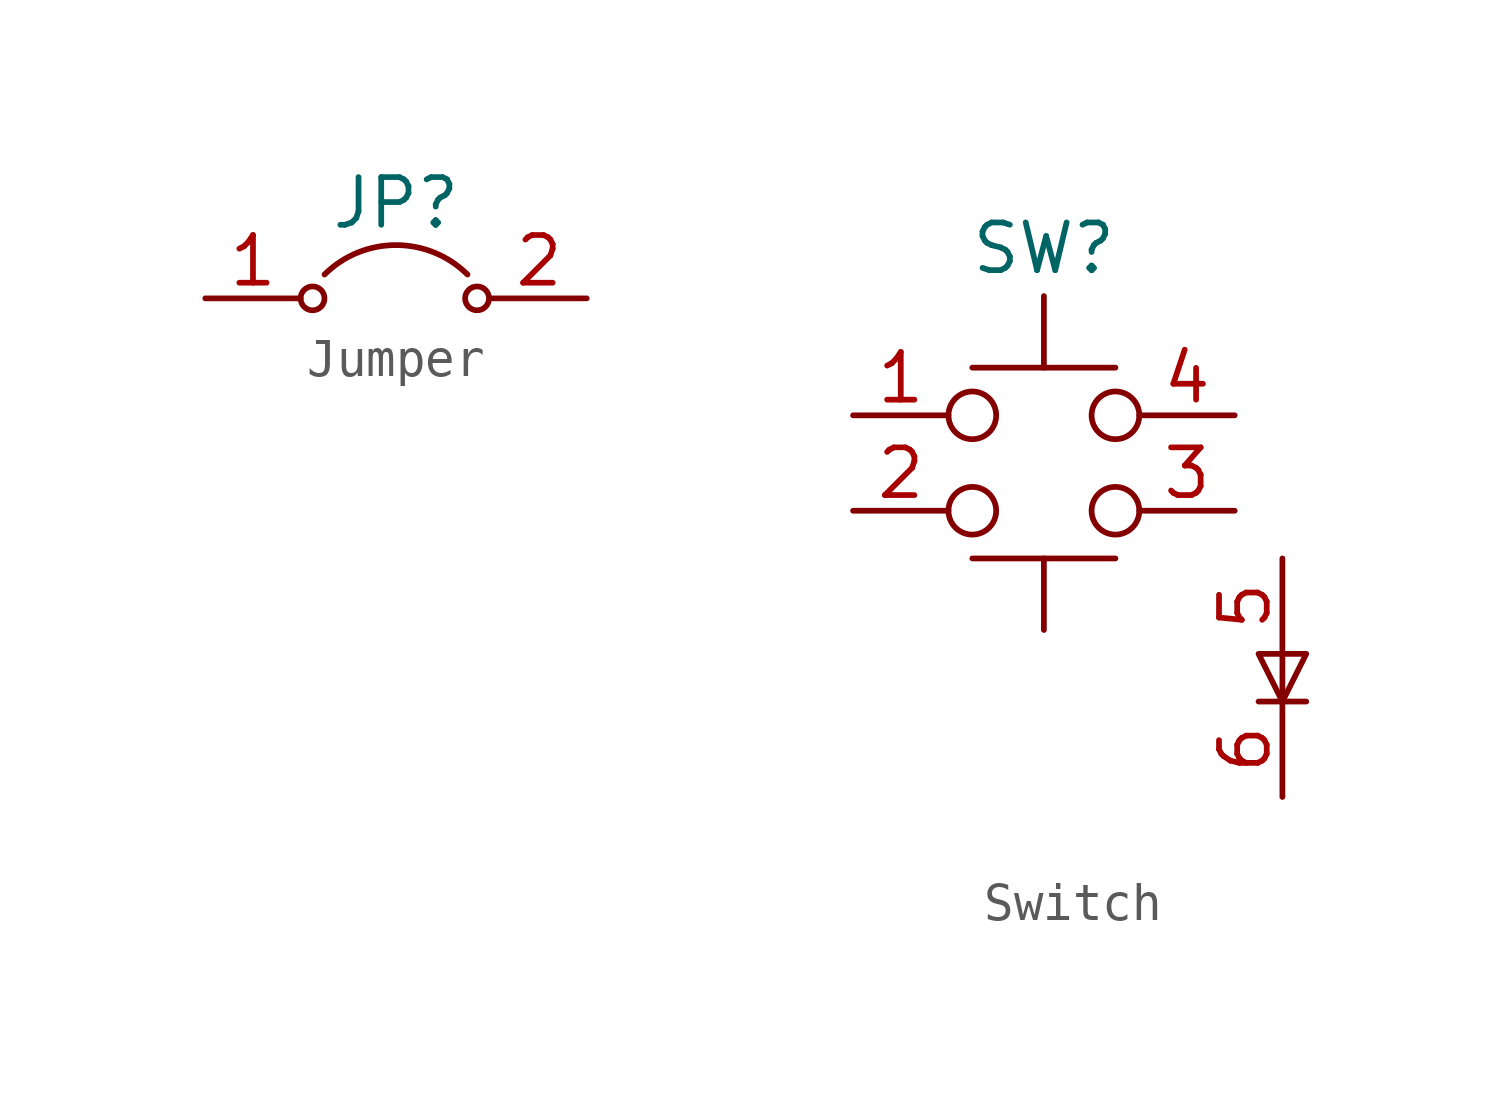
<source format=kicad_sym>
(kicad_symbol_lib
  (version 20220914)
  (generator kicad_symbol_editor)
  (symbol "Jumper"
    (property "Reference" "JP"
      (at 0 2.54 0)
      (do_not_autoplace)
      (effects (font (size 1.27 1.27))))
    (symbol "Jumper_0_1"
      (circle (center -2.223 0) (radius 0.318) (stroke (width 0) (type default)) (fill (type none)))
      (arc (start 1.905 0.635) (mid 0 1.4191) (end -1.905 0.635) (stroke (width 0) (type default)) (fill (type none)))
      (circle (center 2.159 0) (radius 0.318) (stroke (width 0) (type default)) (fill (type none))))
    (symbol "Jumper_1_1"
      (pin passive line (at -5.08 0 0) (length 2.54) (name "" (effects (font (size 1.27 1.27)))) (number "1" (effects (font (size 1.27 1.27)))))
      (pin passive line (at 5.08 0 180) (length 2.54) (name "" (effects (font (size 1.27 1.27)))) (number "2" (effects (font (size 1.27 1.27)))))))
  (symbol "Switch"
    (property "Reference" "SW"
      (at 0 5.715 0)
      (do_not_autoplace)
      (effects (font (size 1.27 1.27))))
    (symbol "Switch_0_1"
      (circle (center -1.905 -1.27) (radius 0.635) (stroke (width 0) (type default)) (fill (type none)))
      (circle (center -1.905 1.27) (radius 0.635) (stroke (width 0) (type default)) (fill (type none)))
      (polyline (pts (xy -1.905 -2.54) (xy 1.905 -2.54)) (stroke (width 0) (type default)) (fill (type none)))
      (polyline (pts (xy -1.905 2.54) (xy 1.905 2.54)) (stroke (width 0) (type default)) (fill (type none)))
      (polyline (pts (xy 0 -4.445) (xy 0 -2.54)) (stroke (width 0) (type default)) (fill (type none)))
      (polyline (pts (xy 0 2.54) (xy 0 4.445)) (stroke (width 0) (type default)) (fill (type none)))
      (polyline (pts (xy 6.35 -5.08) (xy 6.35 -6.35)) (stroke (width 0) (type default)) (fill (type none)))
      (circle (center 1.905 -1.27) (radius 0.635) (stroke (width 0) (type default)) (fill (type none)))
      (circle (center 1.905 1.27) (radius 0.635) (stroke (width 0) (type default)) (fill (type none))))
    (symbol "Switch_1_1"
      (polyline (pts (xy 5.715 -6.35) (xy 6.985 -6.35)) (stroke (width 0) (type default)) (fill (type none)))
      (polyline (pts (xy 5.715 -5.08) (xy 6.985 -5.08) (xy 6.35 -6.35) (xy 5.715 -5.08)) (stroke (width 0) (type default)) (fill (type none)))
      (pin bidirectional line (at -5.08 1.27 0) (length 2.54) (name "" (effects (font (size 1.27 1.27)))) (number "1" (effects (font (size 1.27 1.27)))))
      (pin bidirectional line (at -5.08 -1.27 0) (length 2.54) (name "" (effects (font (size 1.27 1.27)))) (number "2" (effects (font (size 1.27 1.27)))))
      (pin bidirectional line (at 5.08 -1.27 180) (length 2.54) (name "" (effects (font (size 1.27 1.27)))) (number "3" (effects (font (size 1.27 1.27)))))
      (pin bidirectional line (at 5.08 1.27 180) (length 2.54) (name "" (effects (font (size 1.27 1.27)))) (number "4" (effects (font (size 1.27 1.27)))))
      (pin bidirectional line (at 6.35 -2.54 270) (length 2.54) (name "" (effects (font (size 1.27 1.27)))) (number "5" (effects (font (size 1.27 1.27)))))
      (pin bidirectional line (at 6.35 -8.89 90) (length 2.54) (name "" (effects (font (size 1.27 1.27)))) (number "6" (effects (font (size 1.27 1.27))))))))
</source>
